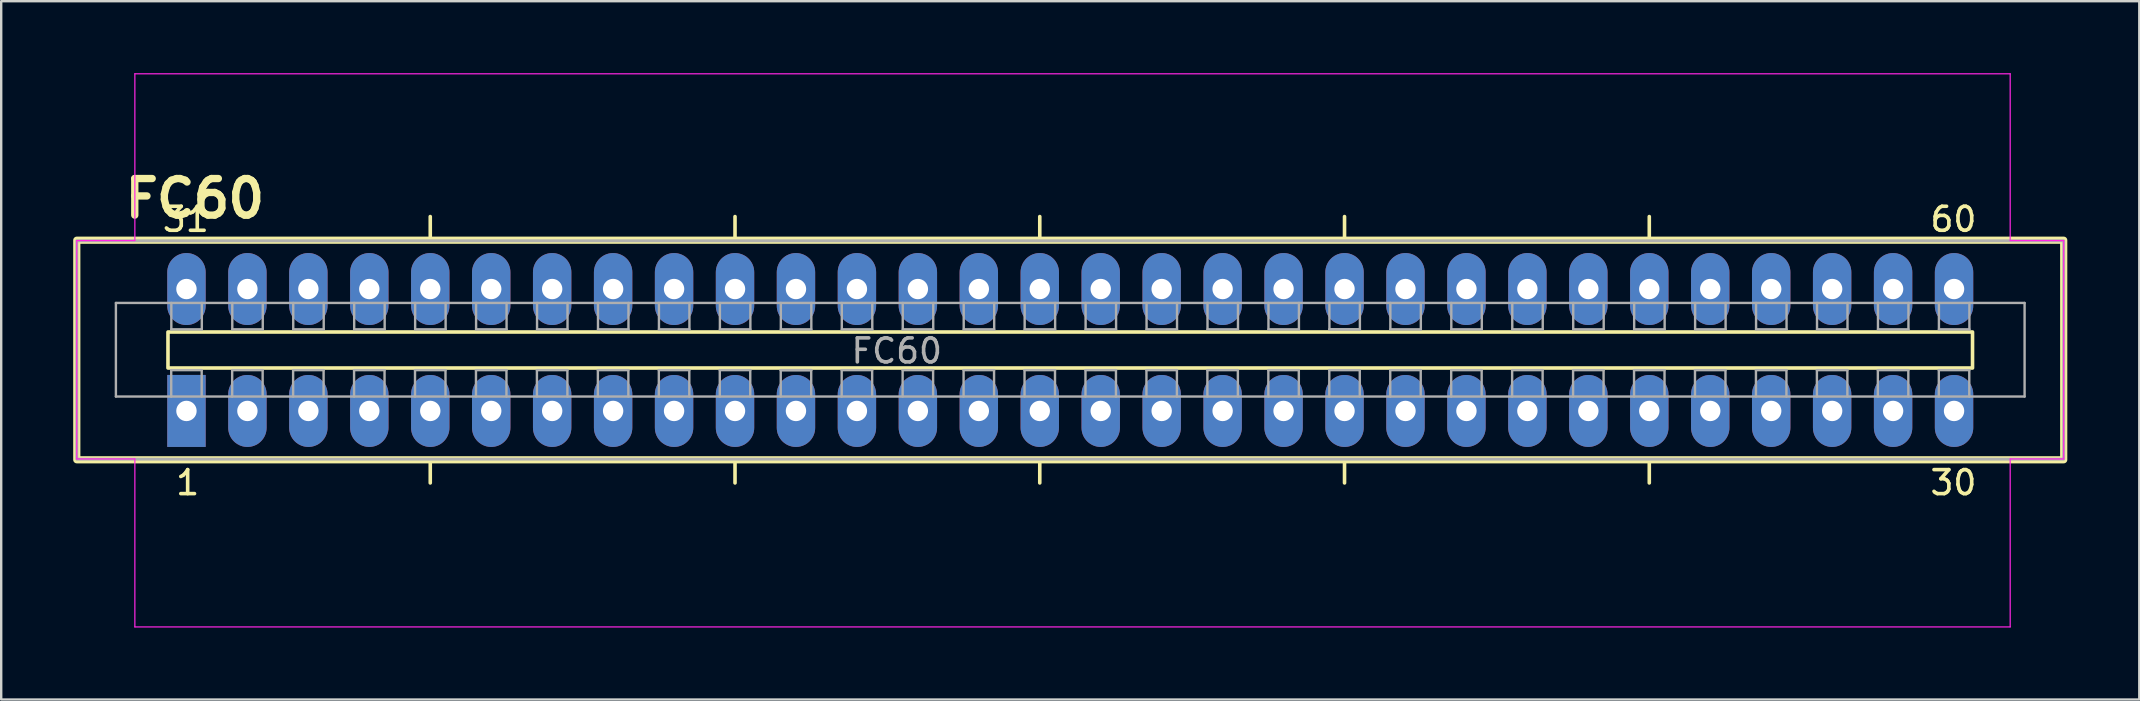
<source format=kicad_pcb>
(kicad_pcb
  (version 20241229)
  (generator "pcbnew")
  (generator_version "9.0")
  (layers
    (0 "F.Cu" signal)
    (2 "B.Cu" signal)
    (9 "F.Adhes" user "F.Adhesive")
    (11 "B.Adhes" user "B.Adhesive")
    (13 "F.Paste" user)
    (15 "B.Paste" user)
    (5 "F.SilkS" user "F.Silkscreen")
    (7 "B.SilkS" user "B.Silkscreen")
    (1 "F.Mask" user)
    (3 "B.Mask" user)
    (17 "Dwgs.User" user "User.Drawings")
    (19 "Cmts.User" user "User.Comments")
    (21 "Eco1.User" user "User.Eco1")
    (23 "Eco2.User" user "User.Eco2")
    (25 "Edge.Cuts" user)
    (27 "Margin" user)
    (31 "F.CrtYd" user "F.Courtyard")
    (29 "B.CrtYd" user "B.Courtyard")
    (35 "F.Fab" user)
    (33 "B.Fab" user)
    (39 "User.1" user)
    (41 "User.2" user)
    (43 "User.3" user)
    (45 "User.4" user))
  (footprint "FC60"
    (layer "F.Cu")
    (at 4.72 14.075)
    (property "Reference" "FC60" (at 0.35 -8.85 0) (layer "F.SilkS") (effects (font (size 1.524 1.524) (thickness 0.305))))
    (attr through_hole)
    (fp_line (start 10.16 -8.1) (end 10.16 -7.1) (stroke (width 0.15) (type default)) (layer "F.SilkS"))
    (fp_line (start 10.16 2) (end 10.16 3) (stroke (width 0.15) (type default)) (layer "F.SilkS"))
    (fp_line (start 22.86 -8.1) (end 22.86 -7.1) (stroke (width 0.15) (type default)) (layer "F.SilkS"))
    (fp_line (start 22.86 2) (end 22.86 3) (stroke (width 0.15) (type default)) (layer "F.SilkS"))
    (fp_line (start 35.56 -8.1) (end 35.56 -7.1) (stroke (width 0.15) (type default)) (layer "F.SilkS"))
    (fp_line (start 35.56 2) (end 35.56 3) (stroke (width 0.15) (type default)) (layer "F.SilkS"))
    (fp_line (start 48.26 -8.1) (end 48.26 -7.1) (stroke (width 0.15) (type default)) (layer "F.SilkS"))
    (fp_line (start 48.26 2) (end 48.26 3) (stroke (width 0.15) (type default)) (layer "F.SilkS"))
    (fp_line (start 60.96 -8.1) (end 60.96 -7.1) (stroke (width 0.15) (type default)) (layer "F.SilkS"))
    (fp_line (start 60.96 2) (end 60.96 3) (stroke (width 0.15) (type default)) (layer "F.SilkS"))
    (fp_rect (start -4.57 -7.115) (end 78.23 2.035) (stroke (width 0.3) (type solid)) (fill no) (layer "F.SilkS"))
    (fp_rect (start -0.77 -3.29) (end 74.43 -1.79) (stroke (width 0.15) (type default)) (fill no) (layer "F.SilkS"))
    (fp_line (start -4.57 -7.1) (end -4.57 2) (stroke (width 0.05) (type default)) (layer "F.CrtYd"))
    (fp_line (start -4.57 2) (end -2.15 2) (stroke (width 0.05) (type default)) (layer "F.CrtYd"))
    (fp_line (start -2.15 -14.05) (end -2.15 -7.1) (stroke (width 0.05) (type default)) (layer "F.CrtYd"))
    (fp_line (start -2.15 -7.1) (end -4.57 -7.1) (stroke (width 0.05) (type default)) (layer "F.CrtYd"))
    (fp_line (start -2.15 2) (end -2.15 9) (stroke (width 0.05) (type default)) (layer "F.CrtYd"))
    (fp_line (start -2.15 9) (end 76 9) (stroke (width 0.05) (type default)) (layer "F.CrtYd"))
    (fp_line (start 76 -14.05) (end -2.15 -14.05) (stroke (width 0.05) (type default)) (layer "F.CrtYd"))
    (fp_line (start 76 -7.1) (end 76 -14.05) (stroke (width 0.05) (type default)) (layer "F.CrtYd"))
    (fp_line (start 76 2) (end 78.23 2) (stroke (width 0.05) (type default)) (layer "F.CrtYd"))
    (fp_line (start 76 9) (end 76 2) (stroke (width 0.05) (type default)) (layer "F.CrtYd"))
    (fp_line (start 78.23 -7.1) (end 76 -7.1) (stroke (width 0.05) (type default)) (layer "F.CrtYd"))
    (fp_line (start 78.23 2) (end 78.23 -7.1) (stroke (width 0.05) (type default)) (layer "F.CrtYd"))
    (fp_line (start -2.94 -4.5) (end -2.94 -0.6) (stroke (width 0.1) (type default)) (layer "F.Fab"))
    (fp_line (start -2.94 -0.6) (end 76.6 -0.6) (stroke (width 0.1) (type solid)) (layer "F.Fab"))
    (fp_line (start -0.635 -1.7) (end -0.635 -0.6) (stroke (width 0.1) (type solid)) (layer "F.Fab"))
    (fp_line (start -0.63 -4.5) (end -0.63 -3.4) (stroke (width 0.1) (type solid)) (layer "F.Fab"))
    (fp_line (start -0.63 -3.4) (end 0.64 -3.4) (stroke (width 0.1) (type solid)) (layer "F.Fab"))
    (fp_line (start 0.635 -1.7) (end -0.635 -1.7) (stroke (width 0.1) (type solid)) (layer "F.Fab"))
    (fp_line (start 0.635 -1.7) (end 0.635 -0.6) (stroke (width 0.1) (type solid)) (layer "F.Fab"))
    (fp_line (start 0.64 -4.5) (end 0.64 -3.4) (stroke (width 0.1) (type solid)) (layer "F.Fab"))
    (fp_line (start 1.905 -1.7) (end 1.905 -0.6) (stroke (width 0.1) (type solid)) (layer "F.Fab"))
    (fp_line (start 1.91 -4.5) (end 1.91 -3.4) (stroke (width 0.1) (type solid)) (layer "F.Fab"))
    (fp_line (start 1.91 -3.4) (end 3.18 -3.4) (stroke (width 0.1) (type solid)) (layer "F.Fab"))
    (fp_line (start 3.175 -1.7) (end 1.905 -1.7) (stroke (width 0.1) (type solid)) (layer "F.Fab"))
    (fp_line (start 3.175 -1.7) (end 3.175 -0.6) (stroke (width 0.1) (type solid)) (layer "F.Fab"))
    (fp_line (start 3.18 -4.5) (end 3.18 -3.4) (stroke (width 0.1) (type solid)) (layer "F.Fab"))
    (fp_line (start 4.445 -1.7) (end 4.445 -0.6) (stroke (width 0.1) (type solid)) (layer "F.Fab"))
    (fp_line (start 4.45 -4.5) (end 4.45 -3.4) (stroke (width 0.1) (type solid)) (layer "F.Fab"))
    (fp_line (start 4.45 -3.4) (end 5.72 -3.4) (stroke (width 0.1) (type solid)) (layer "F.Fab"))
    (fp_line (start 5.715 -1.7) (end 4.445 -1.7) (stroke (width 0.1) (type solid)) (layer "F.Fab"))
    (fp_line (start 5.715 -1.7) (end 5.715 -0.6) (stroke (width 0.1) (type solid)) (layer "F.Fab"))
    (fp_line (start 5.72 -4.5) (end 5.72 -3.4) (stroke (width 0.1) (type solid)) (layer "F.Fab"))
    (fp_line (start 6.985 -1.7) (end 6.985 -0.6) (stroke (width 0.1) (type solid)) (layer "F.Fab"))
    (fp_line (start 6.99 -4.5) (end 6.99 -3.4) (stroke (width 0.1) (type solid)) (layer "F.Fab"))
    (fp_line (start 6.99 -3.4) (end 8.26 -3.4) (stroke (width 0.1) (type solid)) (layer "F.Fab"))
    (fp_line (start 8.255 -1.7) (end 6.985 -1.7) (stroke (width 0.1) (type solid)) (layer "F.Fab"))
    (fp_line (start 8.255 -1.7) (end 8.255 -0.6) (stroke (width 0.1) (type solid)) (layer "F.Fab"))
    (fp_line (start 8.26 -4.5) (end 8.26 -3.4) (stroke (width 0.1) (type solid)) (layer "F.Fab"))
    (fp_line (start 9.525 -1.7) (end 9.525 -0.6) (stroke (width 0.1) (type solid)) (layer "F.Fab"))
    (fp_line (start 9.53 -4.5) (end 9.53 -3.4) (stroke (width 0.1) (type solid)) (layer "F.Fab"))
    (fp_line (start 9.53 -3.4) (end 10.8 -3.4) (stroke (width 0.1) (type solid)) (layer "F.Fab"))
    (fp_line (start 10.795 -1.7) (end 9.525 -1.7) (stroke (width 0.1) (type solid)) (layer "F.Fab"))
    (fp_line (start 10.795 -1.7) (end 10.795 -0.6) (stroke (width 0.1) (type solid)) (layer "F.Fab"))
    (fp_line (start 10.8 -4.5) (end 10.8 -3.4) (stroke (width 0.1) (type solid)) (layer "F.Fab"))
    (fp_line (start 12.065 -1.7) (end 12.065 -0.6) (stroke (width 0.1) (type solid)) (layer "F.Fab"))
    (fp_line (start 12.07 -4.5) (end 12.07 -3.4) (stroke (width 0.1) (type solid)) (layer "F.Fab"))
    (fp_line (start 12.07 -3.4) (end 13.34 -3.4) (stroke (width 0.1) (type solid)) (layer "F.Fab"))
    (fp_line (start 13.335 -1.7) (end 12.065 -1.7) (stroke (width 0.1) (type solid)) (layer "F.Fab"))
    (fp_line (start 13.335 -1.7) (end 13.335 -0.6) (stroke (width 0.1) (type solid)) (layer "F.Fab"))
    (fp_line (start 13.34 -4.5) (end 13.34 -3.4) (stroke (width 0.1) (type solid)) (layer "F.Fab"))
    (fp_line (start 14.605 -1.7) (end 14.605 -0.6) (stroke (width 0.1) (type solid)) (layer "F.Fab"))
    (fp_line (start 14.61 -4.5) (end 14.61 -3.4) (stroke (width 0.1) (type solid)) (layer "F.Fab"))
    (fp_line (start 14.61 -3.4) (end 15.88 -3.4) (stroke (width 0.1) (type solid)) (layer "F.Fab"))
    (fp_line (start 15.875 -1.7) (end 14.605 -1.7) (stroke (width 0.1) (type solid)) (layer "F.Fab"))
    (fp_line (start 15.875 -1.7) (end 15.875 -0.6) (stroke (width 0.1) (type solid)) (layer "F.Fab"))
    (fp_line (start 15.88 -4.5) (end 15.88 -3.4) (stroke (width 0.1) (type solid)) (layer "F.Fab"))
    (fp_line (start 17.145 -1.7) (end 17.145 -0.6) (stroke (width 0.1) (type solid)) (layer "F.Fab"))
    (fp_line (start 17.15 -4.5) (end 17.15 -3.4) (stroke (width 0.1) (type solid)) (layer "F.Fab"))
    (fp_line (start 17.15 -3.4) (end 18.42 -3.4) (stroke (width 0.1) (type solid)) (layer "F.Fab"))
    (fp_line (start 18.415 -1.7) (end 17.145 -1.7) (stroke (width 0.1) (type solid)) (layer "F.Fab"))
    (fp_line (start 18.415 -1.7) (end 18.415 -0.6) (stroke (width 0.1) (type solid)) (layer "F.Fab"))
    (fp_line (start 18.42 -4.5) (end 18.42 -3.4) (stroke (width 0.1) (type solid)) (layer "F.Fab"))
    (fp_line (start 19.685 -1.7) (end 19.685 -0.6) (stroke (width 0.1) (type solid)) (layer "F.Fab"))
    (fp_line (start 19.69 -4.5) (end 19.69 -3.4) (stroke (width 0.1) (type solid)) (layer "F.Fab"))
    (fp_line (start 19.69 -3.4) (end 20.96 -3.4) (stroke (width 0.1) (type solid)) (layer "F.Fab"))
    (fp_line (start 20.955 -1.7) (end 19.685 -1.7) (stroke (width 0.1) (type solid)) (layer "F.Fab"))
    (fp_line (start 20.955 -1.7) (end 20.955 -0.6) (stroke (width 0.1) (type solid)) (layer "F.Fab"))
    (fp_line (start 20.96 -4.5) (end 20.96 -3.4) (stroke (width 0.1) (type solid)) (layer "F.Fab"))
    (fp_line (start 22.225 -1.7) (end 22.225 -0.6) (stroke (width 0.1) (type solid)) (layer "F.Fab"))
    (fp_line (start 22.23 -4.5) (end 22.23 -3.4) (stroke (width 0.1) (type solid)) (layer "F.Fab"))
    (fp_line (start 22.23 -3.4) (end 23.5 -3.4) (stroke (width 0.1) (type solid)) (layer "F.Fab"))
    (fp_line (start 23.495 -1.7) (end 22.225 -1.7) (stroke (width 0.1) (type solid)) (layer "F.Fab"))
    (fp_line (start 23.495 -1.7) (end 23.495 -0.6) (stroke (width 0.1) (type solid)) (layer "F.Fab"))
    (fp_line (start 23.5 -4.5) (end 23.5 -3.4) (stroke (width 0.1) (type solid)) (layer "F.Fab"))
    (fp_line (start 24.765 -1.7) (end 24.765 -0.6) (stroke (width 0.1) (type solid)) (layer "F.Fab"))
    (fp_line (start 24.77 -4.5) (end 24.77 -3.4) (stroke (width 0.1) (type solid)) (layer "F.Fab"))
    (fp_line (start 24.77 -3.4) (end 26.04 -3.4) (stroke (width 0.1) (type solid)) (layer "F.Fab"))
    (fp_line (start 26.035 -1.7) (end 24.765 -1.7) (stroke (width 0.1) (type solid)) (layer "F.Fab"))
    (fp_line (start 26.035 -1.7) (end 24.765 -1.7) (stroke (width 0.1) (type solid)) (layer "F.Fab"))
    (fp_line (start 26.035 -1.7) (end 26.035 -0.6) (stroke (width 0.1) (type solid)) (layer "F.Fab"))
    (fp_line (start 26.04 -4.5) (end 26.04 -3.4) (stroke (width 0.1) (type solid)) (layer "F.Fab"))
    (fp_line (start 27.305 -1.7) (end 27.305 -0.6) (stroke (width 0.1) (type solid)) (layer "F.Fab"))
    (fp_line (start 27.31 -4.5) (end 27.31 -3.4) (stroke (width 0.1) (type solid)) (layer "F.Fab"))
    (fp_line (start 27.31 -3.4) (end 28.58 -3.4) (stroke (width 0.1) (type solid)) (layer "F.Fab"))
    (fp_line (start 28.575 -1.7) (end 27.305 -1.7) (stroke (width 0.1) (type solid)) (layer "F.Fab"))
    (fp_line (start 28.575 -1.7) (end 28.575 -0.6) (stroke (width 0.1) (type solid)) (layer "F.Fab"))
    (fp_line (start 28.58 -4.5) (end 28.58 -3.4) (stroke (width 0.1) (type solid)) (layer "F.Fab"))
    (fp_line (start 29.845 -1.7) (end 29.845 -0.6) (stroke (width 0.1) (type solid)) (layer "F.Fab"))
    (fp_line (start 29.85 -4.5) (end 29.85 -3.4) (stroke (width 0.1) (type solid)) (layer "F.Fab"))
    (fp_line (start 29.85 -3.4) (end 31.12 -3.4) (stroke (width 0.1) (type solid)) (layer "F.Fab"))
    (fp_line (start 31.115 -1.7) (end 29.845 -1.7) (stroke (width 0.1) (type solid)) (layer "F.Fab"))
    (fp_line (start 31.115 -1.7) (end 31.115 -0.6) (stroke (width 0.1) (type solid)) (layer "F.Fab"))
    (fp_line (start 31.12 -4.5) (end 31.12 -3.4) (stroke (width 0.1) (type solid)) (layer "F.Fab"))
    (fp_line (start 32.385 -1.7) (end 32.385 -0.6) (stroke (width 0.1) (type solid)) (layer "F.Fab"))
    (fp_line (start 32.39 -4.5) (end 32.39 -3.4) (stroke (width 0.1) (type solid)) (layer "F.Fab"))
    (fp_line (start 32.39 -3.4) (end 33.66 -3.4) (stroke (width 0.1) (type solid)) (layer "F.Fab"))
    (fp_line (start 33.655 -1.7) (end 32.385 -1.7) (stroke (width 0.1) (type solid)) (layer "F.Fab"))
    (fp_line (start 33.655 -1.7) (end 33.655 -0.6) (stroke (width 0.1) (type solid)) (layer "F.Fab"))
    (fp_line (start 33.66 -4.5) (end 33.66 -3.4) (stroke (width 0.1) (type solid)) (layer "F.Fab"))
    (fp_line (start 34.925 -1.7) (end 34.925 -0.6) (stroke (width 0.1) (type solid)) (layer "F.Fab"))
    (fp_line (start 34.93 -4.5) (end 34.93 -3.4) (stroke (width 0.1) (type solid)) (layer "F.Fab"))
    (fp_line (start 34.93 -3.4) (end 36.2 -3.4) (stroke (width 0.1) (type solid)) (layer "F.Fab"))
    (fp_line (start 36.195 -1.7) (end 34.925 -1.7) (stroke (width 0.1) (type solid)) (layer "F.Fab"))
    (fp_line (start 36.195 -1.7) (end 36.195 -0.6) (stroke (width 0.1) (type solid)) (layer "F.Fab"))
    (fp_line (start 36.2 -4.5) (end 36.2 -3.4) (stroke (width 0.1) (type solid)) (layer "F.Fab"))
    (fp_line (start 37.465 -1.7) (end 37.465 -0.6) (stroke (width 0.1) (type solid)) (layer "F.Fab"))
    (fp_line (start 37.47 -4.5) (end 37.47 -3.4) (stroke (width 0.1) (type solid)) (layer "F.Fab"))
    (fp_line (start 37.47 -3.4) (end 38.74 -3.4) (stroke (width 0.1) (type solid)) (layer "F.Fab"))
    (fp_line (start 38.735 -1.7) (end 37.465 -1.7) (stroke (width 0.1) (type solid)) (layer "F.Fab"))
    (fp_line (start 38.735 -1.7) (end 38.735 -0.6) (stroke (width 0.1) (type solid)) (layer "F.Fab"))
    (fp_line (start 38.74 -4.5) (end 38.74 -3.4) (stroke (width 0.1) (type solid)) (layer "F.Fab"))
    (fp_line (start 40.005 -1.7) (end 40.005 -0.6) (stroke (width 0.1) (type solid)) (layer "F.Fab"))
    (fp_line (start 40.01 -4.5) (end 40.01 -3.4) (stroke (width 0.1) (type solid)) (layer "F.Fab"))
    (fp_line (start 40.01 -3.4) (end 41.28 -3.4) (stroke (width 0.1) (type solid)) (layer "F.Fab"))
    (fp_line (start 41.275 -1.7) (end 40.005 -1.7) (stroke (width 0.1) (type solid)) (layer "F.Fab"))
    (fp_line (start 41.275 -1.7) (end 41.275 -0.6) (stroke (width 0.1) (type solid)) (layer "F.Fab"))
    (fp_line (start 41.28 -4.5) (end 41.28 -3.4) (stroke (width 0.1) (type solid)) (layer "F.Fab"))
    (fp_line (start 42.545 -1.7) (end 42.545 -0.6) (stroke (width 0.1) (type solid)) (layer "F.Fab"))
    (fp_line (start 42.55 -4.5) (end 42.55 -3.4) (stroke (width 0.1) (type solid)) (layer "F.Fab"))
    (fp_line (start 42.55 -3.4) (end 43.82 -3.4) (stroke (width 0.1) (type solid)) (layer "F.Fab"))
    (fp_line (start 43.815 -1.7) (end 42.545 -1.7) (stroke (width 0.1) (type solid)) (layer "F.Fab"))
    (fp_line (start 43.815 -1.7) (end 43.815 -0.6) (stroke (width 0.1) (type solid)) (layer "F.Fab"))
    (fp_line (start 43.82 -4.5) (end 43.82 -3.4) (stroke (width 0.1) (type solid)) (layer "F.Fab"))
    (fp_line (start 45.085 -1.7) (end 45.085 -0.6) (stroke (width 0.1) (type solid)) (layer "F.Fab"))
    (fp_line (start 45.09 -4.5) (end 45.09 -3.4) (stroke (width 0.1) (type solid)) (layer "F.Fab"))
    (fp_line (start 45.09 -3.4) (end 46.36 -3.4) (stroke (width 0.1) (type solid)) (layer "F.Fab"))
    (fp_line (start 46.355 -1.7) (end 45.085 -1.7) (stroke (width 0.1) (type solid)) (layer "F.Fab"))
    (fp_line (start 46.355 -1.7) (end 46.355 -0.6) (stroke (width 0.1) (type solid)) (layer "F.Fab"))
    (fp_line (start 46.36 -4.5) (end 46.36 -3.4) (stroke (width 0.1) (type solid)) (layer "F.Fab"))
    (fp_line (start 47.625 -1.7) (end 47.625 -0.6) (stroke (width 0.1) (type solid)) (layer "F.Fab"))
    (fp_line (start 47.63 -4.5) (end 47.63 -3.4) (stroke (width 0.1) (type solid)) (layer "F.Fab"))
    (fp_line (start 47.63 -3.4) (end 48.9 -3.4) (stroke (width 0.1) (type solid)) (layer "F.Fab"))
    (fp_line (start 47.63 -3.4) (end 48.9 -3.4) (stroke (width 0.1) (type solid)) (layer "F.Fab"))
    (fp_line (start 48.895 -1.7) (end 47.625 -1.7) (stroke (width 0.1) (type solid)) (layer "F.Fab"))
    (fp_line (start 48.895 -1.7) (end 48.895 -0.6) (stroke (width 0.1) (type solid)) (layer "F.Fab"))
    (fp_line (start 48.9 -4.5) (end 48.9 -3.4) (stroke (width 0.1) (type solid)) (layer "F.Fab"))
    (fp_line (start 50.165 -1.7) (end 50.165 -0.6) (stroke (width 0.1) (type solid)) (layer "F.Fab"))
    (fp_line (start 50.17 -4.5) (end 50.17 -3.4) (stroke (width 0.1) (type solid)) (layer "F.Fab"))
    (fp_line (start 50.17 -3.4) (end 51.44 -3.4) (stroke (width 0.1) (type solid)) (layer "F.Fab"))
    (fp_line (start 51.435 -1.7) (end 50.165 -1.7) (stroke (width 0.1) (type solid)) (layer "F.Fab"))
    (fp_line (start 51.435 -1.7) (end 51.435 -0.6) (stroke (width 0.1) (type solid)) (layer "F.Fab"))
    (fp_line (start 51.44 -4.5) (end 51.44 -3.4) (stroke (width 0.1) (type solid)) (layer "F.Fab"))
    (fp_line (start 52.705 -1.7) (end 52.705 -0.6) (stroke (width 0.1) (type solid)) (layer "F.Fab"))
    (fp_line (start 52.71 -4.5) (end 52.71 -3.4) (stroke (width 0.1) (type solid)) (layer "F.Fab"))
    (fp_line (start 52.71 -3.4) (end 53.98 -3.4) (stroke (width 0.1) (type solid)) (layer "F.Fab"))
    (fp_line (start 53.975 -1.7) (end 52.705 -1.7) (stroke (width 0.1) (type solid)) (layer "F.Fab"))
    (fp_line (start 53.975 -1.7) (end 53.975 -0.6) (stroke (width 0.1) (type solid)) (layer "F.Fab"))
    (fp_line (start 53.98 -4.5) (end 53.98 -3.4) (stroke (width 0.1) (type solid)) (layer "F.Fab"))
    (fp_line (start 55.245 -1.7) (end 55.245 -0.6) (stroke (width 0.1) (type solid)) (layer "F.Fab"))
    (fp_line (start 55.25 -4.5) (end 55.25 -3.4) (stroke (width 0.1) (type solid)) (layer "F.Fab"))
    (fp_line (start 55.25 -3.4) (end 56.52 -3.4) (stroke (width 0.1) (type solid)) (layer "F.Fab"))
    (fp_line (start 56.515 -1.7) (end 55.245 -1.7) (stroke (width 0.1) (type solid)) (layer "F.Fab"))
    (fp_line (start 56.515 -1.7) (end 56.515 -0.6) (stroke (width 0.1) (type solid)) (layer "F.Fab"))
    (fp_line (start 56.52 -4.5) (end 56.52 -3.4) (stroke (width 0.1) (type solid)) (layer "F.Fab"))
    (fp_line (start 57.785 -1.7) (end 57.785 -0.6) (stroke (width 0.1) (type solid)) (layer "F.Fab"))
    (fp_line (start 57.79 -4.5) (end 57.79 -3.4) (stroke (width 0.1) (type solid)) (layer "F.Fab"))
    (fp_line (start 57.79 -3.4) (end 59.06 -3.4) (stroke (width 0.1) (type solid)) (layer "F.Fab"))
    (fp_line (start 59.055 -1.7) (end 57.785 -1.7) (stroke (width 0.1) (type solid)) (layer "F.Fab"))
    (fp_line (start 59.055 -1.7) (end 59.055 -0.6) (stroke (width 0.1) (type solid)) (layer "F.Fab"))
    (fp_line (start 59.06 -4.5) (end 59.06 -3.4) (stroke (width 0.1) (type solid)) (layer "F.Fab"))
    (fp_line (start 60.325 -1.7) (end 60.325 -0.6) (stroke (width 0.1) (type solid)) (layer "F.Fab"))
    (fp_line (start 60.33 -4.5) (end 60.33 -3.4) (stroke (width 0.1) (type solid)) (layer "F.Fab"))
    (fp_line (start 60.33 -3.4) (end 61.6 -3.4) (stroke (width 0.1) (type solid)) (layer "F.Fab"))
    (fp_line (start 61.595 -1.7) (end 60.325 -1.7) (stroke (width 0.1) (type solid)) (layer "F.Fab"))
    (fp_line (start 61.595 -1.7) (end 61.595 -0.6) (stroke (width 0.1) (type solid)) (layer "F.Fab"))
    (fp_line (start 61.6 -4.5) (end 61.6 -3.4) (stroke (width 0.1) (type solid)) (layer "F.Fab"))
    (fp_line (start 62.865 -1.7) (end 62.865 -0.6) (stroke (width 0.1) (type solid)) (layer "F.Fab"))
    (fp_line (start 62.87 -4.5) (end 62.87 -3.4) (stroke (width 0.1) (type solid)) (layer "F.Fab"))
    (fp_line (start 62.87 -3.4) (end 64.14 -3.4) (stroke (width 0.1) (type solid)) (layer "F.Fab"))
    (fp_line (start 64.135 -1.7) (end 62.865 -1.7) (stroke (width 0.1) (type solid)) (layer "F.Fab"))
    (fp_line (start 64.135 -1.7) (end 64.135 -0.6) (stroke (width 0.1) (type solid)) (layer "F.Fab"))
    (fp_line (start 64.14 -4.5) (end 64.14 -3.4) (stroke (width 0.1) (type solid)) (layer "F.Fab"))
    (fp_line (start 65.405 -1.7) (end 65.405 -0.6) (stroke (width 0.1) (type solid)) (layer "F.Fab"))
    (fp_line (start 65.41 -4.5) (end 65.41 -3.4) (stroke (width 0.1) (type solid)) (layer "F.Fab"))
    (fp_line (start 65.41 -3.4) (end 66.68 -3.4) (stroke (width 0.1) (type solid)) (layer "F.Fab"))
    (fp_line (start 66.675 -1.7) (end 65.405 -1.7) (stroke (width 0.1) (type solid)) (layer "F.Fab"))
    (fp_line (start 66.675 -1.7) (end 66.675 -0.6) (stroke (width 0.1) (type solid)) (layer "F.Fab"))
    (fp_line (start 66.68 -4.5) (end 66.68 -3.4) (stroke (width 0.1) (type solid)) (layer "F.Fab"))
    (fp_line (start 67.945 -1.7) (end 67.945 -0.6) (stroke (width 0.1) (type solid)) (layer "F.Fab"))
    (fp_line (start 67.95 -4.5) (end 67.95 -3.4) (stroke (width 0.1) (type solid)) (layer "F.Fab"))
    (fp_line (start 67.95 -3.4) (end 69.22 -3.4) (stroke (width 0.1) (type solid)) (layer "F.Fab"))
    (fp_line (start 69.215 -1.7) (end 67.945 -1.7) (stroke (width 0.1) (type solid)) (layer "F.Fab"))
    (fp_line (start 69.215 -1.7) (end 69.215 -0.6) (stroke (width 0.1) (type solid)) (layer "F.Fab"))
    (fp_line (start 69.22 -4.5) (end 69.22 -3.4) (stroke (width 0.1) (type solid)) (layer "F.Fab"))
    (fp_line (start 70.485 -1.7) (end 70.485 -0.6) (stroke (width 0.1) (type solid)) (layer "F.Fab"))
    (fp_line (start 70.49 -4.5) (end 70.49 -3.4) (stroke (width 0.1) (type solid)) (layer "F.Fab"))
    (fp_line (start 70.49 -3.4) (end 71.76 -3.4) (stroke (width 0.1) (type solid)) (layer "F.Fab"))
    (fp_line (start 71.755 -1.7) (end 70.485 -1.7) (stroke (width 0.1) (type solid)) (layer "F.Fab"))
    (fp_line (start 71.755 -1.7) (end 71.755 -0.6) (stroke (width 0.1) (type solid)) (layer "F.Fab"))
    (fp_line (start 71.76 -4.5) (end 71.76 -3.4) (stroke (width 0.1) (type solid)) (layer "F.Fab"))
    (fp_line (start 73.025 -1.7) (end 73.025 -0.6) (stroke (width 0.1) (type solid)) (layer "F.Fab"))
    (fp_line (start 73.03 -4.5) (end 73.03 -3.4) (stroke (width 0.1) (type solid)) (layer "F.Fab"))
    (fp_line (start 73.03 -3.4) (end 74.3 -3.4) (stroke (width 0.1) (type solid)) (layer "F.Fab"))
    (fp_line (start 74.295 -1.7) (end 73.025 -1.7) (stroke (width 0.1) (type solid)) (layer "F.Fab"))
    (fp_line (start 74.295 -1.7) (end 74.295 -0.6) (stroke (width 0.1) (type solid)) (layer "F.Fab"))
    (fp_line (start 74.3 -4.5) (end 74.3 -3.4) (stroke (width 0.1) (type solid)) (layer "F.Fab"))
    (fp_line (start 76.6 -4.5) (end -2.94 -4.5) (stroke (width 0.1) (type solid)) (layer "F.Fab"))
    (fp_line (start 76.6 -4.5) (end 76.6 -0.6) (stroke (width 0.1) (type default)) (layer "F.Fab"))
    (fp_rect (start -4.57 -7.09) (end 78.23 2.01) (stroke (width 0.12) (type solid)) (fill no) (layer "F.Fab"))
    (fp_text user "31" (at -1.077 -7.4 0) (unlocked yes) (layer "F.SilkS") (effects (font (size 1 1) (thickness 0.15)) (justify left bottom)))
    (fp_text user "60" (at 72.583 -7.4 0) (unlocked yes) (layer "F.SilkS") (effects (font (size 1 1) (thickness 0.15)) (justify left bottom)))
    (fp_text user "1" (at -0.525 3.575 0) (unlocked yes) (layer "F.SilkS") (effects (font (size 1 1) (thickness 0.15)) (justify left bottom)))
    (fp_text user "30" (at 72.583 3.575 0) (unlocked yes) (layer "F.SilkS") (effects (font (size 1 1) (thickness 0.15)) (justify left bottom)))
    (fp_text user "${REFERENCE}" (at 29.6 -2.5 0) (layer "F.Fab") (effects (font (size 1 1) (thickness 0.15))))
    (pad "1" thru_hole rect (at 0 0) (size 1.6 3) (drill 0.85) (layers "*.Cu" "*.Mask"))
    (pad "2" thru_hole oval (at 2.54 0) (size 1.6 3) (drill 0.85) (layers "*.Cu" "*.Mask"))
    (pad "3" thru_hole oval (at 5.08 0) (size 1.6 3) (drill 0.85) (layers "*.Cu" "*.Mask"))
    (pad "4" thru_hole oval (at 7.62 0) (size 1.6 3) (drill 0.85) (layers "*.Cu" "*.Mask"))
    (pad "5" thru_hole oval (at 10.16 0) (size 1.6 3) (drill 0.85) (layers "*.Cu" "*.Mask"))
    (pad "6" thru_hole oval (at 12.7 0) (size 1.6 3) (drill 0.85) (layers "*.Cu" "*.Mask"))
    (pad "7" thru_hole oval (at 15.24 0) (size 1.6 3) (drill 0.85) (layers "*.Cu" "*.Mask"))
    (pad "8" thru_hole oval (at 17.78 0) (size 1.6 3) (drill 0.85) (layers "*.Cu" "*.Mask"))
    (pad "9" thru_hole oval (at 20.32 0) (size 1.6 3) (drill 0.85) (layers "*.Cu" "*.Mask"))
    (pad "10" thru_hole oval (at 22.86 0) (size 1.6 3) (drill 0.85) (layers "*.Cu" "*.Mask"))
    (pad "11" thru_hole oval (at 25.4 0) (size 1.6 3) (drill 0.85) (layers "*.Cu" "*.Mask"))
    (pad "12" thru_hole oval (at 27.94 0) (size 1.6 3) (drill 0.85) (layers "*.Cu" "*.Mask"))
    (pad "13" thru_hole oval (at 30.48 0) (size 1.6 3) (drill 0.85) (layers "*.Cu" "*.Mask"))
    (pad "14" thru_hole oval (at 33.02 0) (size 1.6 3) (drill 0.85) (layers "*.Cu" "*.Mask"))
    (pad "15" thru_hole oval (at 35.56 0) (size 1.6 3) (drill 0.85) (layers "*.Cu" "*.Mask"))
    (pad "16" thru_hole oval (at 38.1 0) (size 1.6 3) (drill 0.85) (layers "*.Cu" "*.Mask"))
    (pad "17" thru_hole oval (at 40.64 0) (size 1.6 3) (drill 0.85) (layers "*.Cu" "*.Mask"))
    (pad "18" thru_hole oval (at 43.18 0) (size 1.6 3) (drill 0.85) (layers "*.Cu" "*.Mask"))
    (pad "19" thru_hole oval (at 45.72 0) (size 1.6 3) (drill 0.85) (layers "*.Cu" "*.Mask"))
    (pad "20" thru_hole oval (at 48.26 0) (size 1.6 3) (drill 0.85) (layers "*.Cu" "*.Mask"))
    (pad "21" thru_hole oval (at 50.8 0) (size 1.6 3) (drill 0.85) (layers "*.Cu" "*.Mask"))
    (pad "22" thru_hole oval (at 53.34 0) (size 1.6 3) (drill 0.85) (layers "*.Cu" "*.Mask"))
    (pad "23" thru_hole oval (at 55.88 0) (size 1.6 3) (drill 0.85) (layers "*.Cu" "*.Mask"))
    (pad "24" thru_hole oval (at 58.42 0) (size 1.6 3) (drill 0.85) (layers "*.Cu" "*.Mask"))
    (pad "25" thru_hole oval (at 60.96 0) (size 1.6 3) (drill 0.85) (layers "*.Cu" "*.Mask"))
    (pad "26" thru_hole oval (at 63.5 0) (size 1.6 3) (drill 0.85) (layers "*.Cu" "*.Mask"))
    (pad "27" thru_hole oval (at 66.04 0) (size 1.6 3) (drill 0.85) (layers "*.Cu" "*.Mask"))
    (pad "28" thru_hole oval (at 68.58 0) (size 1.6 3) (drill 0.85) (layers "*.Cu" "*.Mask"))
    (pad "29" thru_hole oval (at 71.12 0) (size 1.6 3) (drill 0.85) (layers "*.Cu" "*.Mask"))
    (pad "30" thru_hole oval (at 73.66 0) (size 1.6 3) (drill 0.85) (layers "*.Cu" "*.Mask"))
    (pad "31" thru_hole oval (at 0 -5.08) (size 1.6 3) (drill 0.85) (layers "*.Cu" "*.Mask"))
    (pad "32" thru_hole oval (at 2.54 -5.08) (size 1.6 3) (drill 0.85) (layers "*.Cu" "*.Mask"))
    (pad "33" thru_hole oval (at 5.08 -5.08) (size 1.6 3) (drill 0.85) (layers "*.Cu" "*.Mask"))
    (pad "34" thru_hole oval (at 7.62 -5.08) (size 1.6 3) (drill 0.85) (layers "*.Cu" "*.Mask"))
    (pad "35" thru_hole oval (at 10.16 -5.08) (size 1.6 3) (drill 0.85) (layers "*.Cu" "*.Mask"))
    (pad "36" thru_hole oval (at 12.7 -5.08) (size 1.6 3) (drill 0.85) (layers "*.Cu" "*.Mask"))
    (pad "37" thru_hole oval (at 15.24 -5.08) (size 1.6 3) (drill 0.85) (layers "*.Cu" "*.Mask"))
    (pad "38" thru_hole oval (at 17.78 -5.08) (size 1.6 3) (drill 0.85) (layers "*.Cu" "*.Mask"))
    (pad "39" thru_hole oval (at 20.32 -5.08) (size 1.6 3) (drill 0.85) (layers "*.Cu" "*.Mask"))
    (pad "40" thru_hole oval (at 22.86 -5.08) (size 1.6 3) (drill 0.85) (layers "*.Cu" "*.Mask"))
    (pad "41" thru_hole oval (at 25.4 -5.08) (size 1.6 3) (drill 0.85) (layers "*.Cu" "*.Mask"))
    (pad "42" thru_hole oval (at 27.94 -5.08) (size 1.6 3) (drill 0.85) (layers "*.Cu" "*.Mask"))
    (pad "43" thru_hole oval (at 30.48 -5.08) (size 1.6 3) (drill 0.85) (layers "*.Cu" "*.Mask"))
    (pad "44" thru_hole oval (at 33.02 -5.08) (size 1.6 3) (drill 0.85) (layers "*.Cu" "*.Mask"))
    (pad "45" thru_hole oval (at 35.56 -5.08) (size 1.6 3) (drill 0.85) (layers "*.Cu" "*.Mask"))
    (pad "46" thru_hole oval (at 38.1 -5.08) (size 1.6 3) (drill 0.85) (layers "*.Cu" "*.Mask"))
    (pad "47" thru_hole oval (at 40.64 -5.08) (size 1.6 3) (drill 0.85) (layers "*.Cu" "*.Mask"))
    (pad "48" thru_hole oval (at 43.18 -5.08) (size 1.6 3) (drill 0.85) (layers "*.Cu" "*.Mask"))
    (pad "49" thru_hole oval (at 45.72 -5.08) (size 1.6 3) (drill 0.85) (layers "*.Cu" "*.Mask"))
    (pad "50" thru_hole oval (at 48.26 -5.08) (size 1.6 3) (drill 0.85) (layers "*.Cu" "*.Mask"))
    (pad "51" thru_hole oval (at 50.8 -5.08) (size 1.6 3) (drill 0.85) (layers "*.Cu" "*.Mask"))
    (pad "52" thru_hole oval (at 53.34 -5.08) (size 1.6 3) (drill 0.85) (layers "*.Cu" "*.Mask"))
    (pad "53" thru_hole oval (at 55.88 -5.08) (size 1.6 3) (drill 0.85) (layers "*.Cu" "*.Mask"))
    (pad "54" thru_hole oval (at 58.42 -5.08) (size 1.6 3) (drill 0.85) (layers "*.Cu" "*.Mask"))
    (pad "55" thru_hole oval (at 60.96 -5.08) (size 1.6 3) (drill 0.85) (layers "*.Cu" "*.Mask"))
    (pad "56" thru_hole oval (at 63.5 -5.08) (size 1.6 3) (drill 0.85) (layers "*.Cu" "*.Mask"))
    (pad "57" thru_hole oval (at 66.04 -5.08) (size 1.6 3) (drill 0.85) (layers "*.Cu" "*.Mask"))
    (pad "58" thru_hole oval (at 68.58 -5.08) (size 1.6 3) (drill 0.85) (layers "*.Cu" "*.Mask"))
    (pad "59" thru_hole oval (at 71.12 -5.08) (size 1.6 3) (drill 0.85) (layers "*.Cu" "*.Mask"))
    (pad "60" thru_hole oval (at 73.66 -5.08) (size 1.6 3) (drill 0.85) (layers "*.Cu" "*.Mask")))
  (gr_rect
    (start -3 -3)
    (end 86.1 26.1)
    (stroke (width 0.1) (type default))
    (fill no)
    (layer "Edge.Cuts")))
</source>
